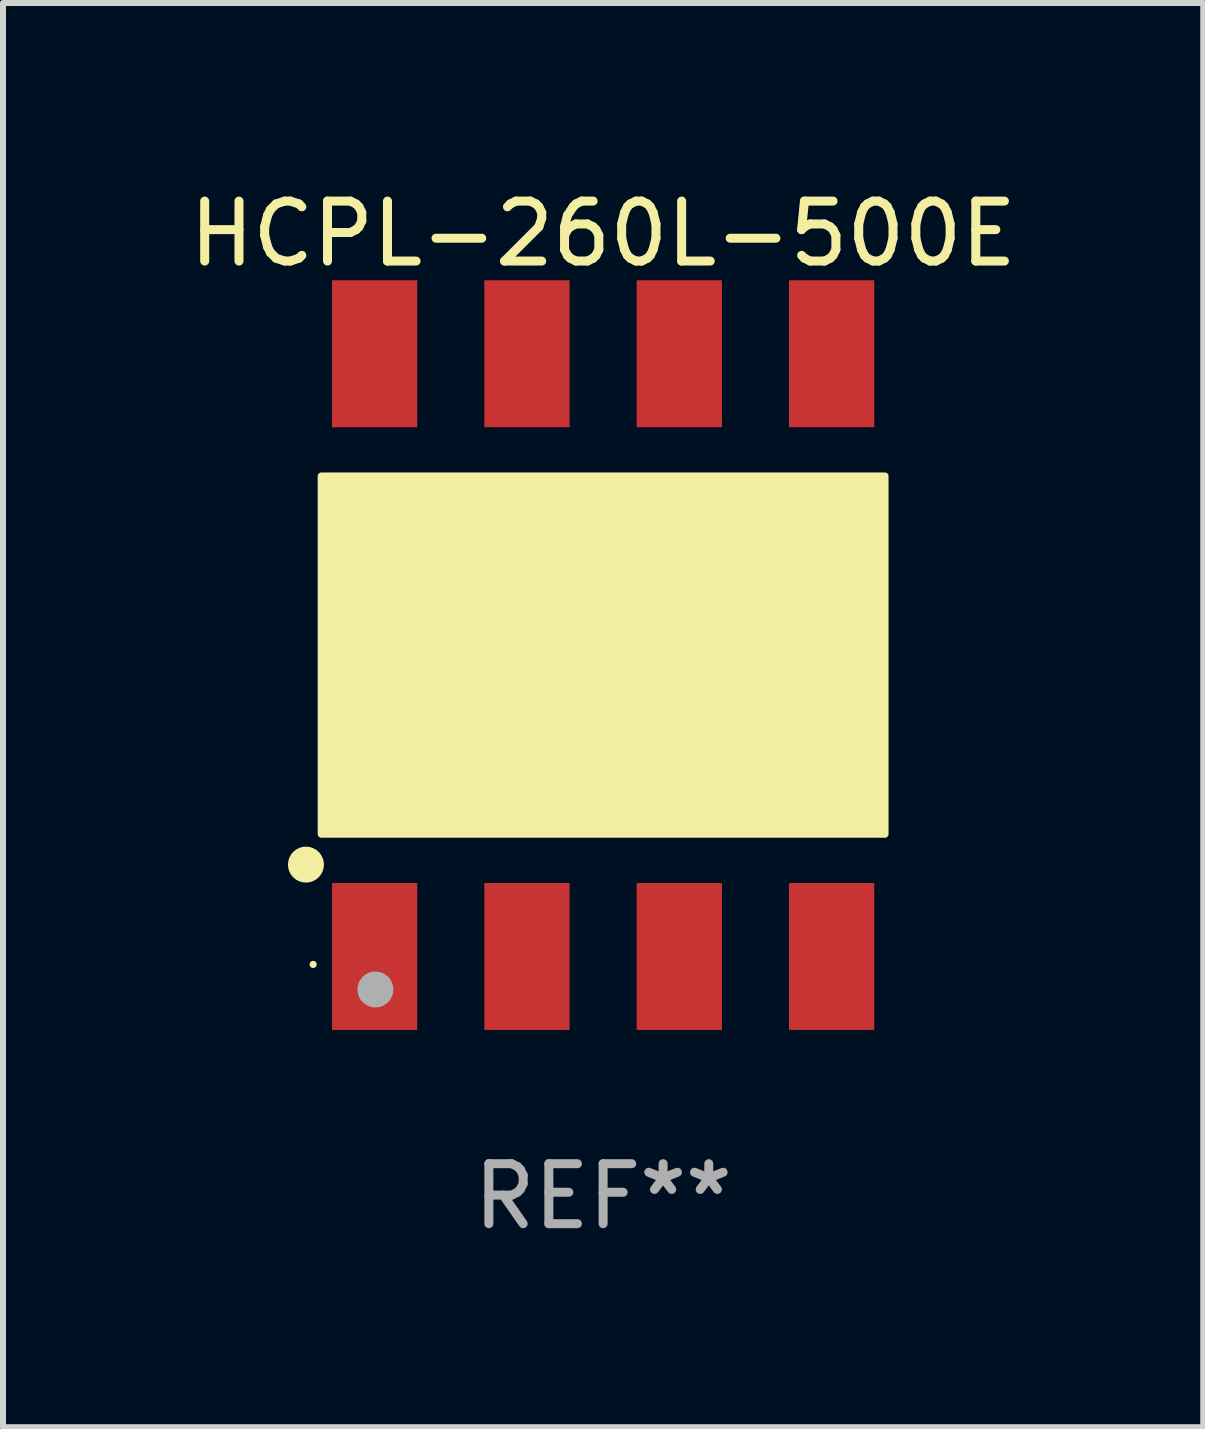
<source format=kicad_pcb>
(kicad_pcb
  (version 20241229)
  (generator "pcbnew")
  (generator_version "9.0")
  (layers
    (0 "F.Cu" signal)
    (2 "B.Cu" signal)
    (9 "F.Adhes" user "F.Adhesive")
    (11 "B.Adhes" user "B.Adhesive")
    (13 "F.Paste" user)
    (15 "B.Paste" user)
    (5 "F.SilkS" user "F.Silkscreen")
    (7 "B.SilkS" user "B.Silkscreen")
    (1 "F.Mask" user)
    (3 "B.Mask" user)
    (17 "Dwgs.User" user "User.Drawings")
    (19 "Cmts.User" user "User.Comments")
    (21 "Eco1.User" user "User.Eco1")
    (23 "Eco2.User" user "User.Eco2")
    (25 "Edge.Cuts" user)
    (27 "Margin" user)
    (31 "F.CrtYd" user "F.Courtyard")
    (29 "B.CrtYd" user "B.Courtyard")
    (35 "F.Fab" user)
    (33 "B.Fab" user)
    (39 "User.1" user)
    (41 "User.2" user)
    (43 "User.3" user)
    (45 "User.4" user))
  (footprint "HCPL-260L-500E"
    (layer "F.Cu")
    (at 7.006 7.873)
    (property "Reference" "HCPL-260L-500E" (at 0 -7.025 0) (layer "F.SilkS") (effects (font (size 1 1) (thickness 0.15))))
    (attr through_hole)
    (fp_circle (center -4.955 3.493) (end -4.805 3.493) (stroke (width 0.3) (type solid)) (fill no) (layer "F.SilkS"))
    (fp_circle (center -4.835 5.157) (end -4.805 5.157) (stroke (width 0.06) (type solid)) (fill no) (layer "F.SilkS"))
    (fp_poly (pts (xy -4.699 -2.985) (xy 4.699 -2.985) (xy 4.699 2.985) (xy -4.699 2.985)) (stroke (width 0.12) (type solid)) (fill yes) (layer "F.SilkS"))
    (fp_circle (center -3.797 5.575) (end -3.647 5.575) (stroke (width 0.3) (type solid)) (fill no) (layer "F.Fab"))
    (fp_text user "REF**" (at 0 9.025 0) (layer "F.Fab") (effects (font (size 1 1) (thickness 0.15))))
    (pad "1" smd rect (at -3.81 5.025) (size 1.422 2.45) (layers "F.Cu" "F.Mask" "F.Paste"))
    (pad "2" smd rect (at -1.27 5.025) (size 1.422 2.45) (layers "F.Cu" "F.Mask" "F.Paste"))
    (pad "3" smd rect (at 1.27 5.025) (size 1.422 2.45) (layers "F.Cu" "F.Mask" "F.Paste"))
    (pad "4" smd rect (at 3.81 5.025) (size 1.422 2.45) (layers "F.Cu" "F.Mask" "F.Paste"))
    (pad "5" smd rect (at 3.81 -5.025) (size 1.422 2.45) (layers "F.Cu" "F.Mask" "F.Paste"))
    (pad "6" smd rect (at 1.27 -5.025) (size 1.422 2.45) (layers "F.Cu" "F.Mask" "F.Paste"))
    (pad "7" smd rect (at -1.27 -5.025) (size 1.422 2.45) (layers "F.Cu" "F.Mask" "F.Paste"))
    (pad "8" smd rect (at -3.81 -5.025) (size 1.422 2.45) (layers "F.Cu" "F.Mask" "F.Paste")))
  (gr_rect
    (start -3 -3)
    (end 17.012 20.746)
    (stroke (width 0.1) (type default))
    (fill no)
    (layer "Edge.Cuts")))
</source>
